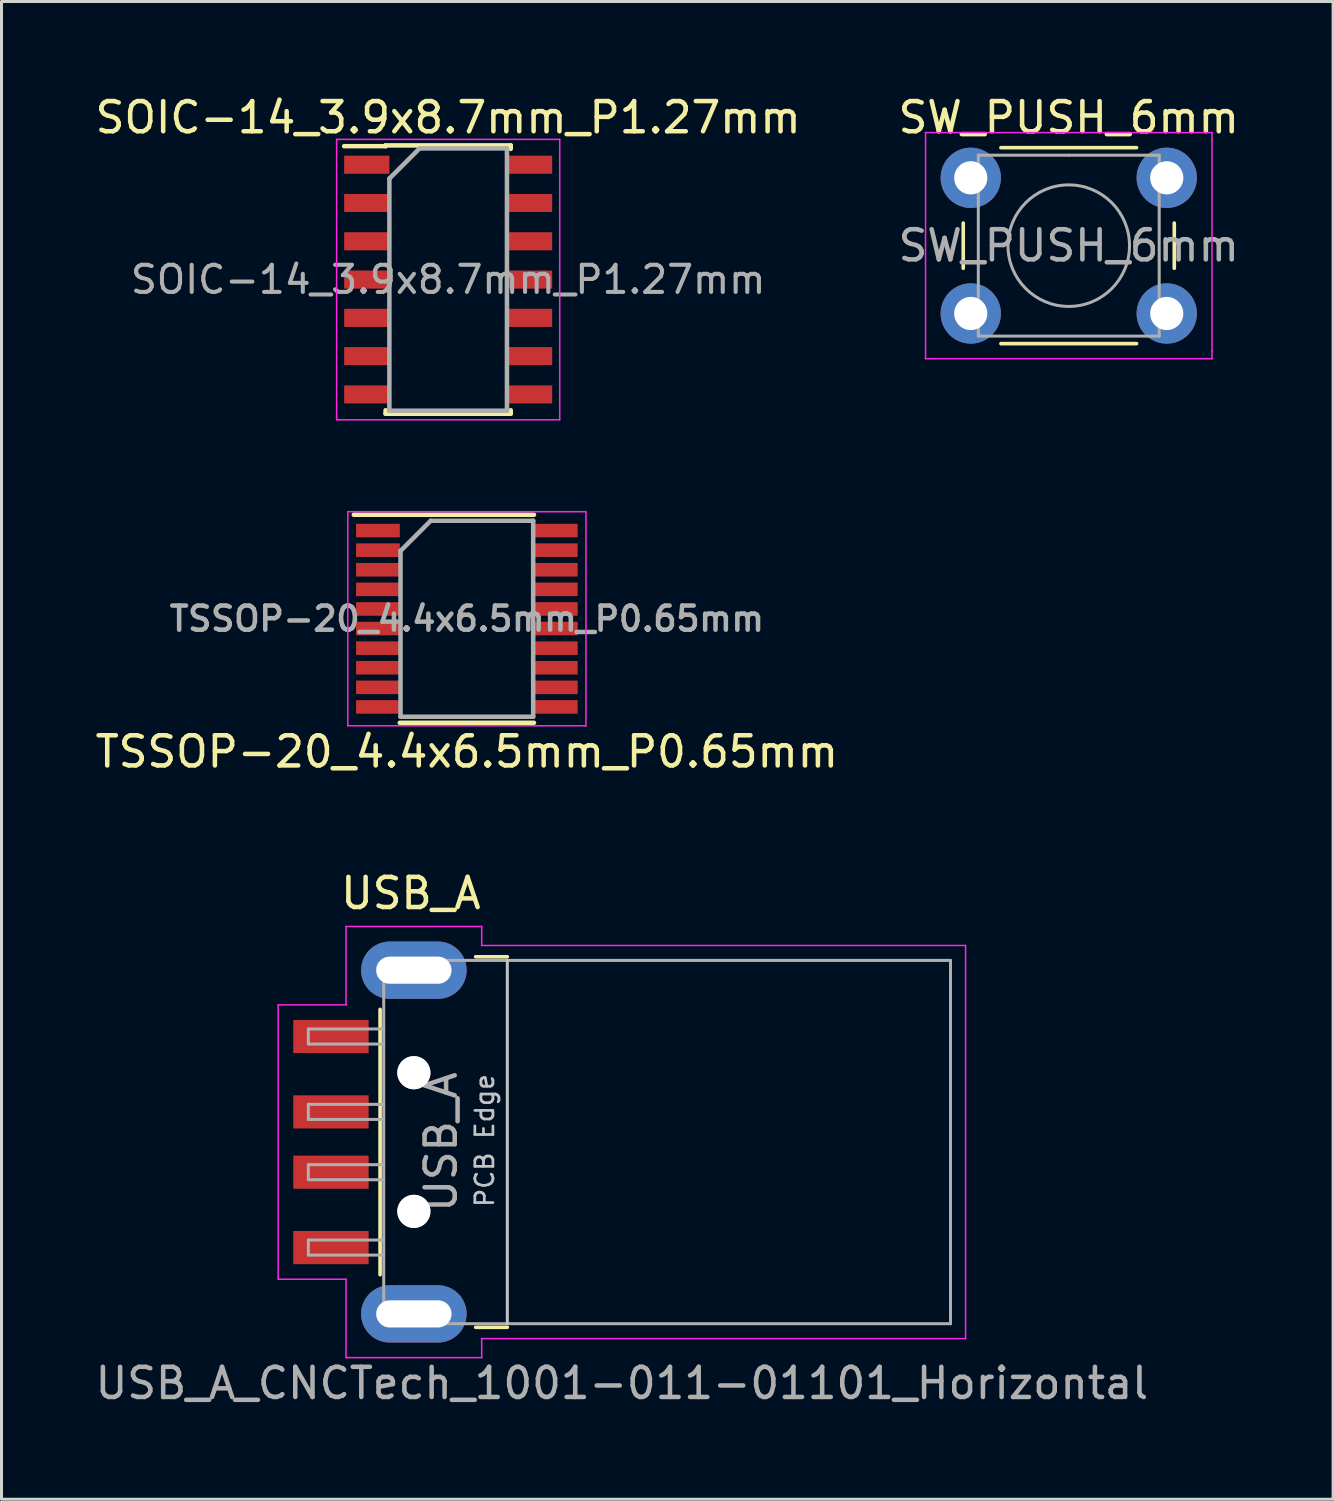
<source format=kicad_pcb>
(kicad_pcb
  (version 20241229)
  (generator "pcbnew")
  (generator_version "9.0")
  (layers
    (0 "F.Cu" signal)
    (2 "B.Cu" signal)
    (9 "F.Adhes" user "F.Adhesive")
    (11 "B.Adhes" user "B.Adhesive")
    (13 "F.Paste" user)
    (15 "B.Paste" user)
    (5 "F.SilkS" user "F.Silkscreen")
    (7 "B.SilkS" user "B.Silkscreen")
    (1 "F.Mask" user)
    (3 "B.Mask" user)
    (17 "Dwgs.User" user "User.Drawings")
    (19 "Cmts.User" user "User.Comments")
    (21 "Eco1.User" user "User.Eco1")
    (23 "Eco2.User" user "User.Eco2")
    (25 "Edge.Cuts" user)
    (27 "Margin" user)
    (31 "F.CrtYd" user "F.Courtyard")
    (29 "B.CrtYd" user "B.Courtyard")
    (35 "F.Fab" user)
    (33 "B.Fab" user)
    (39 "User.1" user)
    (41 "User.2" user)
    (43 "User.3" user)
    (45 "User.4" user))
  (footprint "TSSOP-20_4.4x6.5mm_P0.65mm"
    (layer "F.Cu")
    (at 12.435 17.473)
    (property "Reference" "TSSOP-20_4.4x6.5mm_P0.65mm" (at 0 4.41 0) (layer "F.SilkS") (effects (font (size 1 1) (thickness 0.15))))
    (attr smd)
    (fp_line (start -3.75 -3.45) (end 2.225 -3.45) (stroke (width 0.15) (type solid)) (layer "F.SilkS"))
    (fp_line (start -2.225 3.45) (end 2.225 3.45) (stroke (width 0.15) (type solid)) (layer "F.SilkS"))
    (fp_line (start -3.95 -3.55) (end -3.95 3.55) (stroke (width 0.05) (type solid)) (layer "F.CrtYd"))
    (fp_line (start -3.95 -3.55) (end 3.95 -3.55) (stroke (width 0.05) (type solid)) (layer "F.CrtYd"))
    (fp_line (start -3.95 3.55) (end 3.95 3.55) (stroke (width 0.05) (type solid)) (layer "F.CrtYd"))
    (fp_line (start 3.95 -3.55) (end 3.95 3.55) (stroke (width 0.05) (type solid)) (layer "F.CrtYd"))
    (fp_line (start -2.2 -2.25) (end -1.2 -3.25) (stroke (width 0.15) (type solid)) (layer "F.Fab"))
    (fp_line (start -2.2 3.25) (end -2.2 -2.25) (stroke (width 0.15) (type solid)) (layer "F.Fab"))
    (fp_line (start -1.2 -3.25) (end 2.2 -3.25) (stroke (width 0.15) (type solid)) (layer "F.Fab"))
    (fp_line (start 2.2 -3.25) (end 2.2 3.25) (stroke (width 0.15) (type solid)) (layer "F.Fab"))
    (fp_line (start 2.2 3.25) (end -2.2 3.25) (stroke (width 0.15) (type solid)) (layer "F.Fab"))
    (fp_text user "${REFERENCE}" (at 0 0 0) (layer "F.Fab") (effects (font (size 0.8 0.8) (thickness 0.15))))
    (pad "1" smd rect (at -2.95 -2.925) (size 1.45 0.45) (layers "F.Cu" "F.Mask" "F.Paste"))
    (pad "2" smd rect (at -2.95 -2.275) (size 1.45 0.45) (layers "F.Cu" "F.Mask" "F.Paste"))
    (pad "3" smd rect (at -2.95 -1.625) (size 1.45 0.45) (layers "F.Cu" "F.Mask" "F.Paste"))
    (pad "4" smd rect (at -2.95 -0.975) (size 1.45 0.45) (layers "F.Cu" "F.Mask" "F.Paste"))
    (pad "5" smd rect (at -2.95 -0.325) (size 1.45 0.45) (layers "F.Cu" "F.Mask" "F.Paste"))
    (pad "6" smd rect (at -2.95 0.325) (size 1.45 0.45) (layers "F.Cu" "F.Mask" "F.Paste"))
    (pad "7" smd rect (at -2.95 0.975) (size 1.45 0.45) (layers "F.Cu" "F.Mask" "F.Paste"))
    (pad "8" smd rect (at -2.95 1.625) (size 1.45 0.45) (layers "F.Cu" "F.Mask" "F.Paste"))
    (pad "9" smd rect (at -2.95 2.275) (size 1.45 0.45) (layers "F.Cu" "F.Mask" "F.Paste"))
    (pad "10" smd rect (at -2.95 2.925) (size 1.45 0.45) (layers "F.Cu" "F.Mask" "F.Paste"))
    (pad "11" smd rect (at 2.95 2.925) (size 1.45 0.45) (layers "F.Cu" "F.Mask" "F.Paste"))
    (pad "12" smd rect (at 2.95 2.275) (size 1.45 0.45) (layers "F.Cu" "F.Mask" "F.Paste"))
    (pad "13" smd rect (at 2.95 1.625) (size 1.45 0.45) (layers "F.Cu" "F.Mask" "F.Paste"))
    (pad "14" smd rect (at 2.95 0.975) (size 1.45 0.45) (layers "F.Cu" "F.Mask" "F.Paste"))
    (pad "15" smd rect (at 2.95 0.325) (size 1.45 0.45) (layers "F.Cu" "F.Mask" "F.Paste"))
    (pad "16" smd rect (at 2.95 -0.325) (size 1.45 0.45) (layers "F.Cu" "F.Mask" "F.Paste"))
    (pad "17" smd rect (at 2.95 -0.975) (size 1.45 0.45) (layers "F.Cu" "F.Mask" "F.Paste"))
    (pad "18" smd rect (at 2.95 -1.625) (size 1.45 0.45) (layers "F.Cu" "F.Mask" "F.Paste"))
    (pad "19" smd rect (at 2.95 -2.275) (size 1.45 0.45) (layers "F.Cu" "F.Mask" "F.Paste"))
    (pad "20" smd rect (at 2.95 -2.925) (size 1.45 0.45) (layers "F.Cu" "F.Mask" "F.Paste")))
  (footprint "SOIC-14_3.9x8.7mm_P1.27mm"
    (layer "F.Cu")
    (at 11.815 6.223)
    (property "Reference" "SOIC-14_3.9x8.7mm_P1.27mm" (at 0 -5.375 0) (layer "F.SilkS") (effects (font (size 1 1) (thickness 0.15))))
    (attr smd)
    (fp_line (start -2.075 -4.45) (end -2.075 -4.425) (stroke (width 0.15) (type solid)) (layer "F.SilkS"))
    (fp_line (start -2.075 -4.45) (end 2.075 -4.45) (stroke (width 0.15) (type solid)) (layer "F.SilkS"))
    (fp_line (start -2.075 -4.425) (end -3.45 -4.425) (stroke (width 0.15) (type solid)) (layer "F.SilkS"))
    (fp_line (start -2.075 4.45) (end -2.075 4.335) (stroke (width 0.15) (type solid)) (layer "F.SilkS"))
    (fp_line (start -2.075 4.45) (end 2.075 4.45) (stroke (width 0.15) (type solid)) (layer "F.SilkS"))
    (fp_line (start 2.075 -4.45) (end 2.075 -4.335) (stroke (width 0.15) (type solid)) (layer "F.SilkS"))
    (fp_line (start 2.075 4.45) (end 2.075 4.335) (stroke (width 0.15) (type solid)) (layer "F.SilkS"))
    (fp_line (start -3.7 -4.65) (end -3.7 4.65) (stroke (width 0.05) (type solid)) (layer "F.CrtYd"))
    (fp_line (start -3.7 -4.65) (end 3.7 -4.65) (stroke (width 0.05) (type solid)) (layer "F.CrtYd"))
    (fp_line (start -3.7 4.65) (end 3.7 4.65) (stroke (width 0.05) (type solid)) (layer "F.CrtYd"))
    (fp_line (start 3.7 -4.65) (end 3.7 4.65) (stroke (width 0.05) (type solid)) (layer "F.CrtYd"))
    (fp_line (start -1.95 -3.35) (end -0.95 -4.35) (stroke (width 0.15) (type solid)) (layer "F.Fab"))
    (fp_line (start -1.95 4.35) (end -1.95 -3.35) (stroke (width 0.15) (type solid)) (layer "F.Fab"))
    (fp_line (start -0.95 -4.35) (end 1.95 -4.35) (stroke (width 0.15) (type solid)) (layer "F.Fab"))
    (fp_line (start 1.95 -4.35) (end 1.95 4.35) (stroke (width 0.15) (type solid)) (layer "F.Fab"))
    (fp_line (start 1.95 4.35) (end -1.95 4.35) (stroke (width 0.15) (type solid)) (layer "F.Fab"))
    (fp_text user "${REFERENCE}" (at 0 0 0) (layer "F.Fab") (effects (font (size 0.9 0.9) (thickness 0.135))))
    (pad "1" smd rect (at -2.7 -3.81) (size 1.5 0.6) (layers "F.Cu" "F.Mask" "F.Paste"))
    (pad "2" smd rect (at -2.7 -2.54) (size 1.5 0.6) (layers "F.Cu" "F.Mask" "F.Paste"))
    (pad "3" smd rect (at -2.7 -1.27) (size 1.5 0.6) (layers "F.Cu" "F.Mask" "F.Paste"))
    (pad "4" smd rect (at -2.7 0) (size 1.5 0.6) (layers "F.Cu" "F.Mask" "F.Paste"))
    (pad "5" smd rect (at -2.7 1.27) (size 1.5 0.6) (layers "F.Cu" "F.Mask" "F.Paste"))
    (pad "6" smd rect (at -2.7 2.54) (size 1.5 0.6) (layers "F.Cu" "F.Mask" "F.Paste"))
    (pad "7" smd rect (at -2.7 3.81) (size 1.5 0.6) (layers "F.Cu" "F.Mask" "F.Paste"))
    (pad "8" smd rect (at 2.7 3.81) (size 1.5 0.6) (layers "F.Cu" "F.Mask" "F.Paste"))
    (pad "9" smd rect (at 2.7 2.54) (size 1.5 0.6) (layers "F.Cu" "F.Mask" "F.Paste"))
    (pad "10" smd rect (at 2.7 1.27) (size 1.5 0.6) (layers "F.Cu" "F.Mask" "F.Paste"))
    (pad "11" smd rect (at 2.7 0) (size 1.5 0.6) (layers "F.Cu" "F.Mask" "F.Paste"))
    (pad "12" smd rect (at 2.7 -1.27) (size 1.5 0.6) (layers "F.Cu" "F.Mask" "F.Paste"))
    (pad "13" smd rect (at 2.7 -2.54) (size 1.5 0.6) (layers "F.Cu" "F.Mask" "F.Paste"))
    (pad "14" smd rect (at 2.7 -3.81) (size 1.5 0.6) (layers "F.Cu" "F.Mask" "F.Paste")))
  (footprint "SW_PUSH_6mm"
    (layer "F.Cu")
    (at 29.149 2.848)
    (property "Reference" "SW_PUSH_6mm" (at 3.25 -2 0) (layer "F.SilkS") (effects (font (size 1 1) (thickness 0.15))))
    (attr through_hole)
    (fp_line (start -0.25 1.5) (end -0.25 3) (stroke (width 0.12) (type solid)) (layer "F.SilkS"))
    (fp_line (start 1 5.5) (end 5.5 5.5) (stroke (width 0.12) (type solid)) (layer "F.SilkS"))
    (fp_line (start 5.5 -1) (end 1 -1) (stroke (width 0.12) (type solid)) (layer "F.SilkS"))
    (fp_line (start 6.75 3) (end 6.75 1.5) (stroke (width 0.12) (type solid)) (layer "F.SilkS"))
    (fp_line (start -1.5 -1.5) (end -1.25 -1.5) (stroke (width 0.05) (type solid)) (layer "F.CrtYd"))
    (fp_line (start -1.5 -1.25) (end -1.5 -1.5) (stroke (width 0.05) (type solid)) (layer "F.CrtYd"))
    (fp_line (start -1.5 5.75) (end -1.5 -1.25) (stroke (width 0.05) (type solid)) (layer "F.CrtYd"))
    (fp_line (start -1.5 5.75) (end -1.5 6) (stroke (width 0.05) (type solid)) (layer "F.CrtYd"))
    (fp_line (start -1.5 6) (end -1.25 6) (stroke (width 0.05) (type solid)) (layer "F.CrtYd"))
    (fp_line (start -1.25 -1.5) (end 7.75 -1.5) (stroke (width 0.05) (type solid)) (layer "F.CrtYd"))
    (fp_line (start 7.75 -1.5) (end 8 -1.5) (stroke (width 0.05) (type solid)) (layer "F.CrtYd"))
    (fp_line (start 7.75 6) (end -1.25 6) (stroke (width 0.05) (type solid)) (layer "F.CrtYd"))
    (fp_line (start 7.75 6) (end 8 6) (stroke (width 0.05) (type solid)) (layer "F.CrtYd"))
    (fp_line (start 8 -1.5) (end 8 -1.25) (stroke (width 0.05) (type solid)) (layer "F.CrtYd"))
    (fp_line (start 8 -1.25) (end 8 5.75) (stroke (width 0.05) (type solid)) (layer "F.CrtYd"))
    (fp_line (start 8 6) (end 8 5.75) (stroke (width 0.05) (type solid)) (layer "F.CrtYd"))
    (fp_line (start 0.25 -0.75) (end 3.25 -0.75) (stroke (width 0.1) (type solid)) (layer "F.Fab"))
    (fp_line (start 0.25 5.25) (end 0.25 -0.75) (stroke (width 0.1) (type solid)) (layer "F.Fab"))
    (fp_line (start 3.25 -0.75) (end 6.25 -0.75) (stroke (width 0.1) (type solid)) (layer "F.Fab"))
    (fp_line (start 6.25 -0.75) (end 6.25 5.25) (stroke (width 0.1) (type solid)) (layer "F.Fab"))
    (fp_line (start 6.25 5.25) (end 0.25 5.25) (stroke (width 0.1) (type solid)) (layer "F.Fab"))
    (fp_circle (center 3.25 2.25) (end 1.25 2.5) (stroke (width 0.1) (type solid)) (fill no) (layer "F.Fab"))
    (fp_text user "${REFERENCE}" (at 3.25 2.25 0) (layer "F.Fab") (effects (font (size 1 1) (thickness 0.15))))
    (pad "1" thru_hole circle (at 0 0 90) (size 2 2) (drill 1.1) (layers "*.Cu" "*.Mask"))
    (pad "1" thru_hole circle (at 6.5 0 90) (size 2 2) (drill 1.1) (layers "*.Cu" "*.Mask"))
    (pad "2" thru_hole circle (at 0 4.5 90) (size 2 2) (drill 1.1) (layers "*.Cu" "*.Mask"))
    (pad "2" thru_hole circle (at 6.5 4.5 90) (size 2 2) (drill 1.1) (layers "*.Cu" "*.Mask")))
  (footprint "USB_A"
    (layer "F.Cu")
    (at 16.577 35.08)
    (property "Reference" "USB_A" (at -6 -8.5 0) (layer "F.SilkS") (effects (font (size 1 1) (thickness 0.15))))
    (attr through_hole)
    (fp_line (start -7.02 -4.65) (end -7.02 4.15) (stroke (width 0.12) (type solid)) (layer "F.SilkS"))
    (fp_line (start -3.85 -6.395) (end -2.8 -6.395) (stroke (width 0.12) (type solid)) (layer "F.SilkS"))
    (fp_line (start -3.85 5.895) (end -2.8 5.895) (stroke (width 0.12) (type solid)) (layer "F.SilkS"))
    (fp_line (start -2.8 5.775) (end -2.8 -6.275) (stroke (width 0.1) (type solid)) (layer "Dwgs.User"))
    (fp_line (start -10.4 -4.8) (end -8.15 -4.8) (stroke (width 0.05) (type solid)) (layer "F.CrtYd"))
    (fp_line (start -10.4 4.3) (end -10.4 -4.8) (stroke (width 0.05) (type solid)) (layer "F.CrtYd"))
    (fp_line (start -10.4 4.3) (end -8.15 4.3) (stroke (width 0.05) (type solid)) (layer "F.CrtYd"))
    (fp_line (start -8.15 -7.4) (end -8.15 -4.8) (stroke (width 0.05) (type solid)) (layer "F.CrtYd"))
    (fp_line (start -8.15 -7.4) (end -3.65 -7.4) (stroke (width 0.05) (type solid)) (layer "F.CrtYd"))
    (fp_line (start -8.15 4.3) (end -8.15 6.9) (stroke (width 0.05) (type solid)) (layer "F.CrtYd"))
    (fp_line (start -8.15 6.9) (end -3.65 6.9) (stroke (width 0.05) (type solid)) (layer "F.CrtYd"))
    (fp_line (start -3.65 -6.77) (end -3.65 -7.4) (stroke (width 0.05) (type solid)) (layer "F.CrtYd"))
    (fp_line (start -3.65 -6.77) (end 12.4 -6.77) (stroke (width 0.05) (type solid)) (layer "F.CrtYd"))
    (fp_line (start -3.65 6.27) (end 12.4 6.27) (stroke (width 0.05) (type solid)) (layer "F.CrtYd"))
    (fp_line (start -3.65 6.9) (end -3.65 6.27) (stroke (width 0.05) (type solid)) (layer "F.CrtYd"))
    (fp_line (start 12.4 6.27) (end 12.4 -6.77) (stroke (width 0.05) (type solid)) (layer "F.CrtYd"))
    (fp_line (start -9.4 -4) (end -6.9 -4) (stroke (width 0.1) (type solid)) (layer "F.Fab"))
    (fp_line (start -9.4 -3.5) (end -9.4 -4) (stroke (width 0.1) (type solid)) (layer "F.Fab"))
    (fp_line (start -9.4 -3.5) (end -6.9 -3.5) (stroke (width 0.1) (type solid)) (layer "F.Fab"))
    (fp_line (start -9.4 -1.5) (end -6.9 -1.5) (stroke (width 0.1) (type solid)) (layer "F.Fab"))
    (fp_line (start -9.4 -1) (end -9.4 -1.5) (stroke (width 0.1) (type solid)) (layer "F.Fab"))
    (fp_line (start -9.4 -1) (end -6.9 -1) (stroke (width 0.1) (type solid)) (layer "F.Fab"))
    (fp_line (start -9.4 0.5) (end -6.9 0.5) (stroke (width 0.1) (type solid)) (layer "F.Fab"))
    (fp_line (start -9.4 1) (end -9.4 0.5) (stroke (width 0.1) (type solid)) (layer "F.Fab"))
    (fp_line (start -9.4 1) (end -6.9 1) (stroke (width 0.1) (type solid)) (layer "F.Fab"))
    (fp_line (start -9.4 3) (end -6.9 3) (stroke (width 0.1) (type solid)) (layer "F.Fab"))
    (fp_line (start -9.4 3.5) (end -9.4 3) (stroke (width 0.1) (type solid)) (layer "F.Fab"))
    (fp_line (start -9.4 3.5) (end -6.9 3.5) (stroke (width 0.1) (type solid)) (layer "F.Fab"))
    (fp_line (start -6.9 -6.275) (end 11.9 -6.275) (stroke (width 0.1) (type solid)) (layer "F.Fab"))
    (fp_line (start -6.9 5.775) (end -6.9 -6.275) (stroke (width 0.1) (type solid)) (layer "F.Fab"))
    (fp_line (start -6.9 5.775) (end 11.9 5.775) (stroke (width 0.1) (type solid)) (layer "F.Fab"))
    (fp_line (start 11.9 5.775) (end 11.9 -6.275) (stroke (width 0.1) (type solid)) (layer "F.Fab"))
    (fp_circle (center -5.9 -2.55) (end -5.9 -3.05) (stroke (width 0.1) (type solid)) (fill no) (layer "F.Fab"))
    (fp_circle (center -5.9 2.05) (end -5.9 2.55) (stroke (width 0.1) (type solid)) (fill no) (layer "F.Fab"))
    (fp_text user "PCB Edge" (at -3.55 -0.3 90) (layer "Dwgs.User") (effects (font (size 0.6 0.6) (thickness 0.09))))
    (fp_text user "USB_A_CNCTech_1001-011-01101_Horizontal" (at 1 7.75 180) (layer "F.Fab") (effects (font (size 1 1) (thickness 0.15))))
    (fp_text user "${REFERENCE}" (at -5 -0.25 90) (layer "F.Fab") (effects (font (size 1 1) (thickness 0.15))))
    (pad "" np_thru_hole circle (at -5.9 -2.55) (size 1.1 1.1) (drill 1.1) (layers "*.Cu" "*.Mask"))
    (pad "" np_thru_hole circle (at -5.9 2.05) (size 1.1 1.1) (drill 1.1) (layers "*.Cu" "*.Mask"))
    (pad "1" smd rect (at -8.65 -3.75) (size 2.5 1.1) (layers "F.Cu" "F.Mask" "F.Paste"))
    (pad "2" smd rect (at -8.65 -1.25) (size 2.5 1.1) (layers "F.Cu" "F.Mask" "F.Paste"))
    (pad "3" smd rect (at -8.65 0.75) (size 2.5 1.1) (layers "F.Cu" "F.Mask" "F.Paste"))
    (pad "4" smd rect (at -8.65 3.25) (size 2.5 1.1) (layers "F.Cu" "F.Mask" "F.Paste"))
    (pad "5" thru_hole oval (at -5.9 -5.95) (size 3.5 1.9) (drill oval 2.5 0.9) (layers "*.Cu" "*.Mask"))
    (pad "5" thru_hole oval (at -5.9 5.45) (size 3.5 1.9) (drill oval 2.5 0.9) (layers "*.Cu" "*.Mask")))
  (gr_rect
    (start -3 -3)
    (end 41.167 46.678)
    (stroke (width 0.1) (type default))
    (fill no)
    (layer "Edge.Cuts")))
</source>
